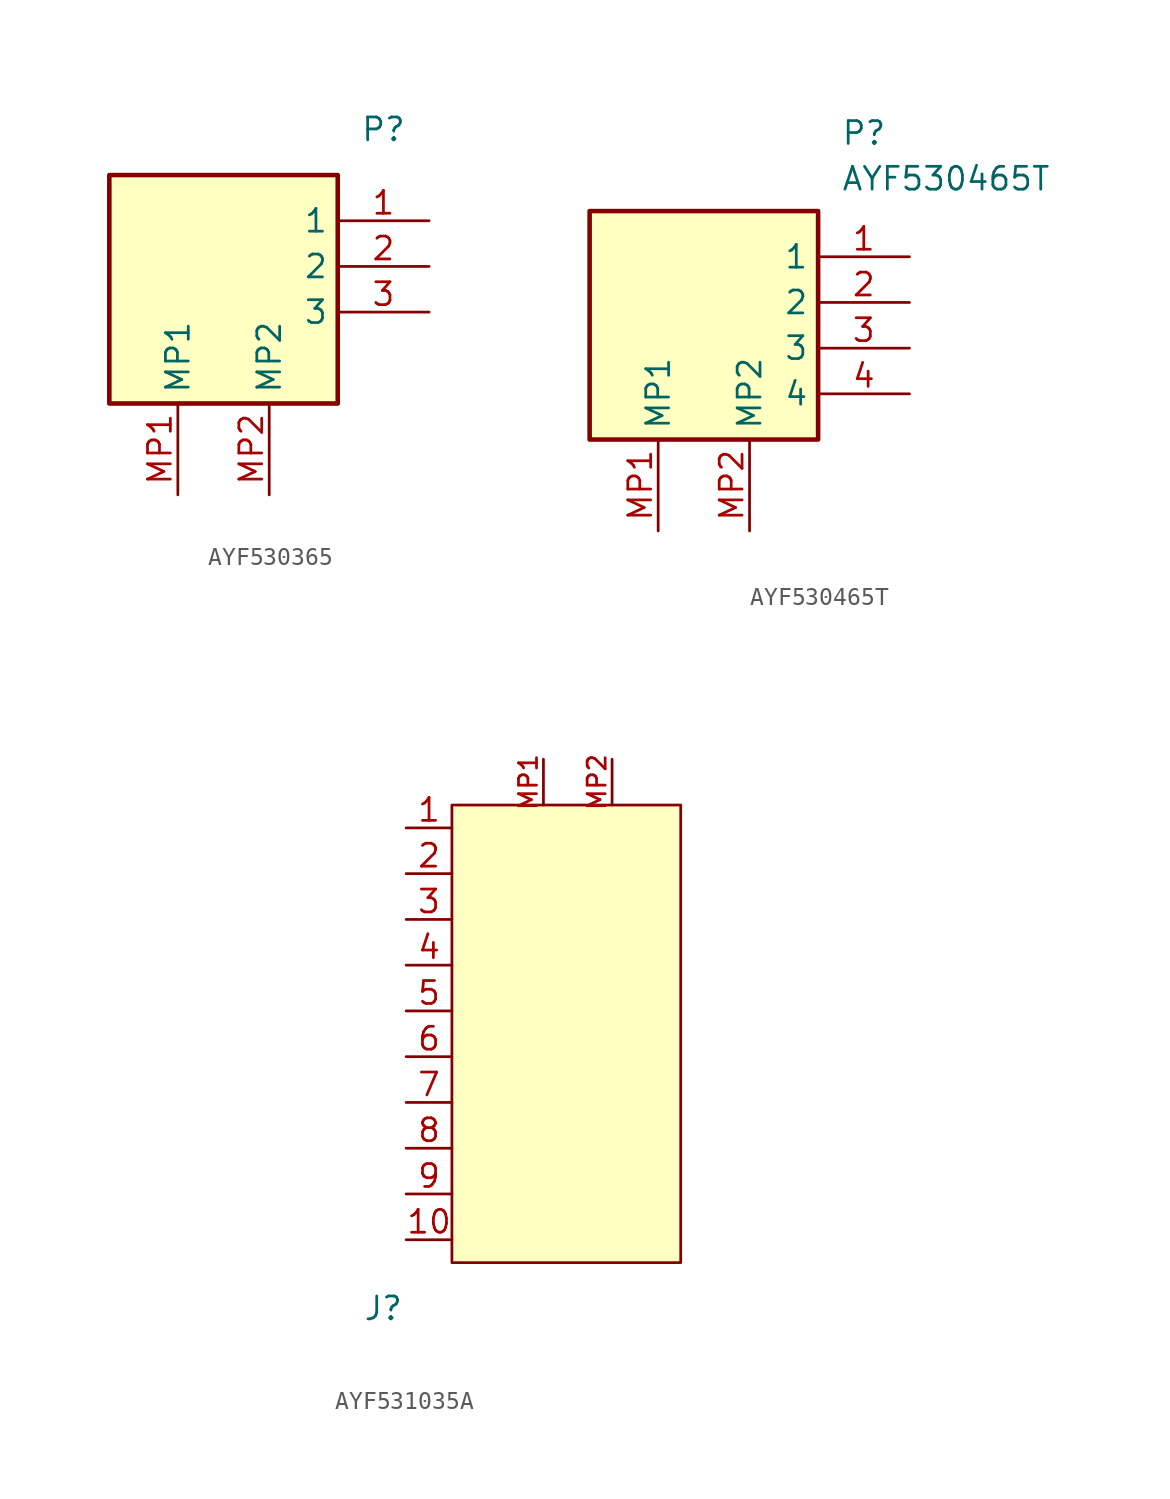
<source format=kicad_sym>
(kicad_symbol_lib
  (version 20220914)
  (generator kicad_symbol_editor)
  (symbol "AYF530365"
    (property "Reference" "P"
      (at 15.24 15.24 0)
      (effects (font (size 1.27 1.27))))
    (property "Value" ""
      (at 0 0 0)
      (effects (font (size 1.27 1.27))))
    (symbol "AYF530365_1_1"
      (rectangle (start 0 12.7) (end 12.7 0) (stroke (width 0.254) (type default)) (fill (type background)))
      (pin passive line (at 17.78 10.16 180) (length 5.08) (name "1" (effects (font (size 1.27 1.27)))) (number "1" (effects (font (size 1.27 1.27)))))
      (pin passive line (at 17.78 7.62 180) (length 5.08) (name "2" (effects (font (size 1.27 1.27)))) (number "2" (effects (font (size 1.27 1.27)))))
      (pin passive line (at 17.78 5.08 180) (length 5.08) (name "3" (effects (font (size 1.27 1.27)))) (number "3" (effects (font (size 1.27 1.27)))))
      (pin passive line (at 3.81 -5.08 90) (length 5.08) (name "MP1" (effects (font (size 1.27 1.27)))) (number "MP1" (effects (font (size 1.27 1.27)))))
      (pin passive line (at 8.89 -5.08 90) (length 5.08) (name "MP2" (effects (font (size 1.27 1.27)))) (number "MP2" (effects (font (size 1.27 1.27)))))))
  (symbol "AYF530465T"
    (property "Reference" "P"
      (at 19.05 7.62 0)
      (effects (font (size 1.27 1.27)) (justify left top)))
    (property "Value" "AYF530465T"
      (at 19.05 5.08 0)
      (effects (font (size 1.27 1.27)) (justify left top)))
    (symbol "AYF530465T_1_1"
      (rectangle (start 5.08 2.54) (end 17.78 -10.16) (stroke (width 0.254) (type default)) (fill (type background)))
      (pin passive line (at 22.86 0 180) (length 5.08) (name "1" (effects (font (size 1.27 1.27)))) (number "1" (effects (font (size 1.27 1.27)))))
      (pin passive line (at 22.86 -2.54 180) (length 5.08) (name "2" (effects (font (size 1.27 1.27)))) (number "2" (effects (font (size 1.27 1.27)))))
      (pin passive line (at 22.86 -5.08 180) (length 5.08) (name "3" (effects (font (size 1.27 1.27)))) (number "3" (effects (font (size 1.27 1.27)))))
      (pin passive line (at 22.86 -7.62 180) (length 5.08) (name "4" (effects (font (size 1.27 1.27)))) (number "4" (effects (font (size 1.27 1.27)))))
      (pin passive line (at 8.89 -15.24 90) (length 5.08) (name "MP1" (effects (font (size 1.27 1.27)))) (number "MP1" (effects (font (size 1.27 1.27)))))
      (pin passive line (at 13.97 -15.24 90) (length 5.08) (name "MP2" (effects (font (size 1.27 1.27)))) (number "MP2" (effects (font (size 1.27 1.27)))))))
  (symbol "AYF531035A"
    (property "Reference" "J"
      (at -3.81 -2.54 0)
      (effects (font (size 1.27 1.27))))
    (property "Value" ""
      (at -17.78 8.89 0)
      (effects (font (size 1.27 1.27))))
    (symbol "AYF531035A_0_1"
      (rectangle (start 0 25.4) (end 12.7 0) (stroke (width 0) (type default)) (fill (type background))))
    (symbol "AYF531035A_1_1"
      (pin input line (at -2.54 24.13 0) (length 2.54) (name "" (effects (font (size 1.27 1.27)))) (number "1" (effects (font (size 1.27 1.27)))))
      (pin input line (at -2.54 1.27 0) (length 2.54) (name "" (effects (font (size 1.27 1.27)))) (number "10" (effects (font (size 1.27 1.27)))))
      (pin input line (at -2.54 21.59 0) (length 2.54) (name "" (effects (font (size 1.27 1.27)))) (number "2" (effects (font (size 1.27 1.27)))))
      (pin input line (at -2.54 19.05 0) (length 2.54) (name "" (effects (font (size 1.27 1.27)))) (number "3" (effects (font (size 1.27 1.27)))))
      (pin input line (at -2.54 16.51 0) (length 2.54) (name "" (effects (font (size 1.27 1.27)))) (number "4" (effects (font (size 1.27 1.27)))))
      (pin input line (at -2.54 13.97 0) (length 2.54) (name "" (effects (font (size 1.27 1.27)))) (number "5" (effects (font (size 1.27 1.27)))))
      (pin input line (at -2.54 11.43 0) (length 2.54) (name "" (effects (font (size 1.27 1.27)))) (number "6" (effects (font (size 1.27 1.27)))))
      (pin input line (at -2.54 8.89 0) (length 2.54) (name "" (effects (font (size 1.27 1.27)))) (number "7" (effects (font (size 1.27 1.27)))))
      (pin input line (at -2.54 6.35 0) (length 2.54) (name "" (effects (font (size 1.27 1.27)))) (number "8" (effects (font (size 1.27 1.27)))))
      (pin input line (at -2.54 3.81 0) (length 2.54) (name "" (effects (font (size 1.27 1.27)))) (number "9" (effects (font (size 1.27 1.27)))))
      (pin input line (at 5.08 27.94 270) (length 2.54) (name "" (effects (font (size 1 1)))) (number "MP1" (effects (font (size 1 1)))))
      (pin input line (at 8.89 27.94 270) (length 2.54) (name "" (effects (font (size 1 1)))) (number "MP2" (effects (font (size 1 1))))))))
</source>
